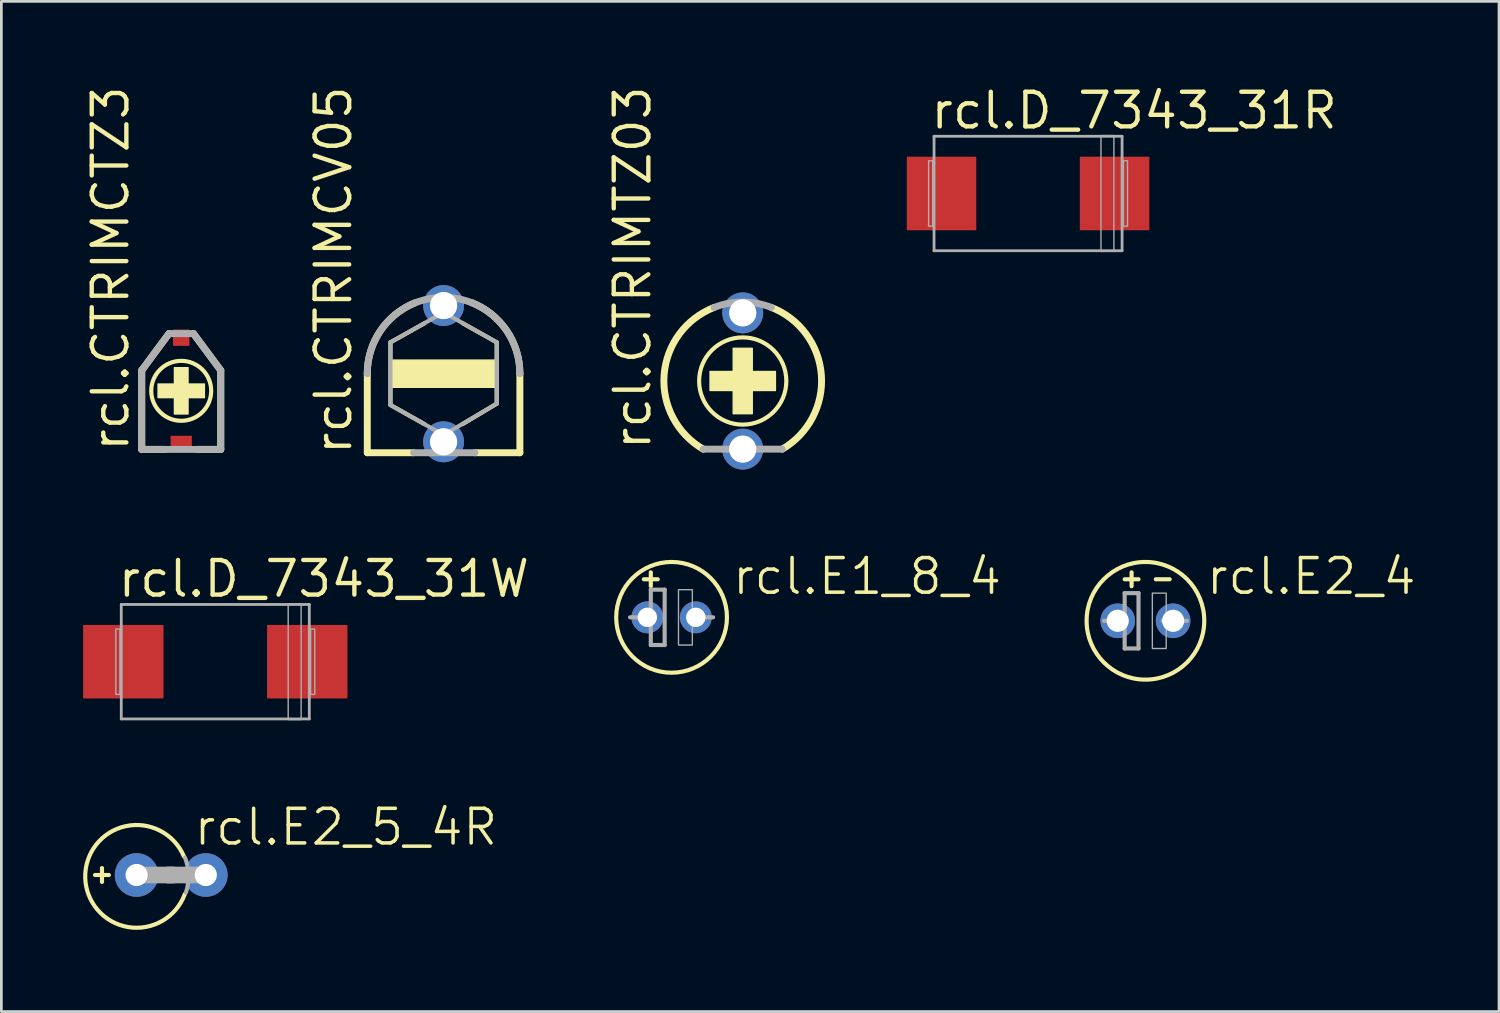
<source format=kicad_pcb>
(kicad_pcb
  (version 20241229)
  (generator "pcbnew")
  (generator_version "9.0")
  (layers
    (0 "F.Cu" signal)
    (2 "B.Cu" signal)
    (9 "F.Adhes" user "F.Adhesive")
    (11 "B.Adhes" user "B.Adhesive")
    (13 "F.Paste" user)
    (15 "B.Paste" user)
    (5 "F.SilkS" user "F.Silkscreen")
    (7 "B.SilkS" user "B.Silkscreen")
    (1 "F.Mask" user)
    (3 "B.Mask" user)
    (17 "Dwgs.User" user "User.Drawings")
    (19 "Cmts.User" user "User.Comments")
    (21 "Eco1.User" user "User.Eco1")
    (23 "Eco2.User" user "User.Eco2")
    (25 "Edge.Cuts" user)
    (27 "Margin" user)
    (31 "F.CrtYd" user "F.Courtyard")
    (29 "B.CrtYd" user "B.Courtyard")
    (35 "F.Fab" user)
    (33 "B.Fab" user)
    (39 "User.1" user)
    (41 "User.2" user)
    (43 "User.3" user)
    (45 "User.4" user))
  (footprint "rcl.D_7343_31W"
    (layer "F.Cu")
    (at 4.85 21.231)
    (property "Reference" "rcl.D_7343_31W" (at -3.65 -2.3 0) (layer "F.SilkS") (effects (font (size 1.27 1.27) (thickness 0.16)) (justify left bottom)))
    (attr smd)
    (fp_line (start -3.45 -2.1) (end 3.45 -2.1) (stroke (width 0.102) (type default)) (layer "F.Fab"))
    (fp_line (start -3.45 2.1) (end -3.45 -2.1) (stroke (width 0.102) (type default)) (layer "F.Fab"))
    (fp_line (start 3.45 -2.1) (end 3.45 2.1) (stroke (width 0.102) (type default)) (layer "F.Fab"))
    (fp_line (start 3.45 2.1) (end -3.45 2.1) (stroke (width 0.102) (type default)) (layer "F.Fab"))
    (fp_rect (start -3.65 1.2) (end -3.5 -1.2) (stroke (width 0.05) (type default)) (fill no) (layer "F.Fab"))
    (fp_rect (start 2.675 2.125) (end 3.15 -2.125) (stroke (width 0.05) (type default)) (fill no) (layer "F.Fab"))
    (fp_rect (start 3.5 1.2) (end 3.65 -1.2) (stroke (width 0.05) (type default)) (fill no) (layer "F.Fab"))
    (pad "+" smd roundrect (at 3.375 0) (size 2.95 2.7) (layers "F.Cu" "F.Mask" "F.Paste") (roundrect_rratio 0.01))
    (pad "-" smd roundrect (at -3.375 0) (size 2.95 2.7) (layers "F.Cu" "F.Mask" "F.Paste") (roundrect_rratio 0.01)))
  (footprint "rcl.E1_8_4"
    (layer "F.Cu")
    (at 21.593 19.603)
    (property "Reference" "rcl.E1_8_4" (at 2.159 -0.762 0) (layer "F.SilkS") (effects (font (size 1.27 1.27) (thickness 0.13)) (justify left bottom)))
    (attr through_hole)
    (fp_line (start -1.016 -1.397) (end -0.508 -1.397) (stroke (width 0.152) (type default)) (layer "F.SilkS"))
    (fp_line (start -0.762 -1.143) (end -0.762 -1.651) (stroke (width 0.152) (type default)) (layer "F.SilkS"))
    (fp_circle (center 0 0) (end 2.032 0) (stroke (width 0.152) (type default)) (fill no) (layer "F.SilkS"))
    (fp_line (start -1.524 0) (end -0.762 0) (stroke (width 0.152) (type default)) (layer "F.Fab"))
    (fp_line (start -0.762 -1.016) (end -0.762 0) (stroke (width 0.152) (type default)) (layer "F.Fab"))
    (fp_line (start -0.762 0) (end -0.762 1.016) (stroke (width 0.152) (type default)) (layer "F.Fab"))
    (fp_line (start -0.762 1.016) (end -0.254 1.016) (stroke (width 0.152) (type default)) (layer "F.Fab"))
    (fp_line (start -0.254 -1.016) (end -0.762 -1.016) (stroke (width 0.152) (type default)) (layer "F.Fab"))
    (fp_line (start -0.254 1.016) (end -0.254 -1.016) (stroke (width 0.152) (type default)) (layer "F.Fab"))
    (fp_line (start 0.635 0) (end 1.524 0) (stroke (width 0.152) (type default)) (layer "F.Fab"))
    (fp_rect (start 0.254 1.016) (end 0.762 -1.016) (stroke (width 0.05) (type default)) (fill no) (layer "F.Fab"))
    (pad "+" thru_hole circle (at -0.889 0) (size 1.168 1.168) (drill 0.711) (layers "*.Cu" "*.Mask"))
    (pad "-" thru_hole circle (at 0.889 0) (size 1.168 1.168) (drill 0.711) (layers "*.Cu" "*.Mask")))
  (footprint "rcl.E2_4"
    (layer "F.Cu")
    (at 38.981 19.73)
    (property "Reference" "rcl.E2_4" (at 2.159 -0.889 0) (layer "F.SilkS") (effects (font (size 1.27 1.27) (thickness 0.13)) (justify left bottom)))
    (attr through_hole)
    (fp_line (start -0.762 -1.524) (end -0.254 -1.524) (stroke (width 0.152) (type default)) (layer "F.SilkS"))
    (fp_line (start -0.508 -1.27) (end -0.508 -1.778) (stroke (width 0.152) (type default)) (layer "F.SilkS"))
    (fp_line (start 0.381 -1.524) (end 0.889 -1.524) (stroke (width 0.152) (type default)) (layer "F.SilkS"))
    (fp_circle (center 0 0) (end 2.159 0) (stroke (width 0.152) (type default)) (fill no) (layer "F.SilkS"))
    (fp_line (start -1.524 0) (end -0.762 0) (stroke (width 0.152) (type default)) (layer "F.Fab"))
    (fp_line (start -0.762 -1.016) (end -0.762 0) (stroke (width 0.152) (type default)) (layer "F.Fab"))
    (fp_line (start -0.762 0) (end -0.762 1.016) (stroke (width 0.152) (type default)) (layer "F.Fab"))
    (fp_line (start -0.762 1.016) (end -0.254 1.016) (stroke (width 0.152) (type default)) (layer "F.Fab"))
    (fp_line (start -0.254 -1.016) (end -0.762 -1.016) (stroke (width 0.152) (type default)) (layer "F.Fab"))
    (fp_line (start -0.254 1.016) (end -0.254 -1.016) (stroke (width 0.152) (type default)) (layer "F.Fab"))
    (fp_line (start 0.635 0) (end 1.524 0) (stroke (width 0.152) (type default)) (layer "F.Fab"))
    (fp_rect (start 0.254 1.016) (end 0.762 -1.016) (stroke (width 0.05) (type default)) (fill no) (layer "F.Fab"))
    (pad "+" thru_hole circle (at -1.016 0) (size 1.27 1.27) (drill 0.813) (layers "*.Cu" "*.Mask"))
    (pad "-" thru_hole circle (at 1.016 0) (size 1.27 1.27) (drill 0.813) (layers "*.Cu" "*.Mask")))
  (footprint "rcl.CTRIMCTZ3"
    (layer "F.Cu")
    (at 3.6 11.291)
    (property "Reference" "rcl.CTRIMCTZ3" (at -1.85 2.3 90) (layer "F.SilkS") (effects (font (size 1.27 1.27) (thickness 0.16)) (justify left bottom)))
    (attr smd)
    (fp_line (start -1.45 -0.75) (end -0.45 -2.1) (stroke (width 0.254) (type default)) (layer "F.SilkS"))
    (fp_line (start -1.45 2.15) (end -1.45 -0.75) (stroke (width 0.254) (type default)) (layer "F.SilkS"))
    (fp_line (start -0.6 2.15) (end -1.45 2.15) (stroke (width 0.254) (type default)) (layer "F.SilkS"))
    (fp_line (start 0.6 2.15) (end 1.45 2.15) (stroke (width 0.254) (type default)) (layer "F.SilkS"))
    (fp_line (start 1.45 -0.75) (end 0.45 -2.1) (stroke (width 0.254) (type default)) (layer "F.SilkS"))
    (fp_line (start 1.45 2.15) (end 1.45 -0.75) (stroke (width 0.254) (type default)) (layer "F.SilkS"))
    (fp_rect (start -0.85 0.25) (end 0.85 -0.25) (stroke (width 0.05) (type default)) (fill yes) (layer "F.SilkS"))
    (fp_rect (start -0.25 0.85) (end 0.25 -0.85) (stroke (width 0.05) (type default)) (fill yes) (layer "F.SilkS"))
    (fp_circle (center 0 0) (end 1.1 0) (stroke (width 0.152) (type default)) (fill no) (layer "F.SilkS"))
    (fp_line (start -1.45 -0.75) (end -0.45 -2.1) (stroke (width 0.254) (type default)) (layer "F.Fab"))
    (fp_line (start -1.45 2.15) (end -1.45 -0.75) (stroke (width 0.254) (type default)) (layer "F.Fab"))
    (fp_line (start -0.45 -2.1) (end 0.45 -2.1) (stroke (width 0.254) (type default)) (layer "F.Fab"))
    (fp_line (start 0.45 -2.1) (end 1.45 -0.75) (stroke (width 0.254) (type default)) (layer "F.Fab"))
    (fp_line (start 1.45 -0.75) (end 1.45 2.15) (stroke (width 0.254) (type default)) (layer "F.Fab"))
    (fp_line (start 1.45 2.15) (end -1.45 2.15) (stroke (width 0.254) (type default)) (layer "F.Fab"))
    (pad "1" smd roundrect (at 0 -1.95) (size 0.6 0.6) (layers "F.Cu" "F.Mask" "F.Paste") (roundrect_rratio 0.01))
    (pad "2" smd roundrect (at 0 1.95) (size 0.78 0.6) (layers "F.Cu" "F.Mask" "F.Paste") (roundrect_rratio 0.01)))
  (footprint "rcl.E2_5_4R"
    (layer "F.Cu")
    (at 3.232 29.058)
    (property "Reference" "rcl.E2_5_4R" (at 0.762 -1.016 0) (layer "F.SilkS") (effects (font (size 1.27 1.27) (thickness 0.13)) (justify left bottom)))
    (attr through_hole)
    (fp_line (start -2.794 0) (end -2.286 0) (stroke (width 0.152) (type default)) (layer "F.SilkS"))
    (fp_line (start -2.54 0.254) (end -2.54 -0.254) (stroke (width 0.152) (type default)) (layer "F.SilkS"))
    (fp_line (start -0.127 0) (end 0.076 0) (stroke (width 0.61) (type default)) (layer "F.SilkS"))
    (fp_arc (start 0.499999 0.7) (mid -3.154828 0.097108) (end 0.465778 -0.685487) (stroke (width 0.1524) (type default)) (layer "F.SilkS"))
    (fp_line (start 1.27 0) (end -1.27 0) (stroke (width 0.61) (type default)) (layer "F.Fab"))
    (fp_arc (start 0.508 -0.635) (mid 0.634982 0.002505) (end 0.5403 0.6456) (stroke (width 0.1524) (type default)) (layer "F.Fab"))
    (pad "+" thru_hole circle (at -1.27 0) (size 1.6 1.6) (drill 0.813) (layers "*.Cu" "*.Mask"))
    (pad "-" thru_hole circle (at 1.27 0) (size 1.6 1.6) (drill 0.813) (layers "*.Cu" "*.Mask")))
  (footprint "rcl.CTRIMCV05"
    (layer "F.Cu")
    (at 13.227 10.662)
    (property "Reference" "rcl.CTRIMCV05" (at -3.3 3.05 90) (layer "F.SilkS") (effects (font (size 1.27 1.27) (thickness 0.16)) (justify left bottom)))
    (attr through_hole)
    (fp_line (start -2.8 0) (end -2.8 2.9) (stroke (width 0.254) (type default)) (layer "F.SilkS"))
    (fp_line (start -2.8 2.9) (end -1.1 2.9) (stroke (width 0.254) (type default)) (layer "F.SilkS"))
    (fp_line (start -1.95 -1.15) (end -0.7 -1.85) (stroke (width 0.152) (type default)) (layer "F.SilkS"))
    (fp_line (start -1.95 1.15) (end -1.95 -1.15) (stroke (width 0.152) (type default)) (layer "F.SilkS"))
    (fp_line (start -1.95 1.15) (end -0.7 1.85) (stroke (width 0.152) (type default)) (layer "F.SilkS"))
    (fp_line (start 0.7 -1.85) (end 1.95 -1.15) (stroke (width 0.152) (type default)) (layer "F.SilkS"))
    (fp_line (start 0.7 1.85) (end 1.95 1.1) (stroke (width 0.152) (type default)) (layer "F.SilkS"))
    (fp_line (start 1.15 2.9) (end 2.8 2.9) (stroke (width 0.254) (type default)) (layer "F.SilkS"))
    (fp_line (start 1.95 -1.15) (end 1.95 1.1) (stroke (width 0.152) (type default)) (layer "F.SilkS"))
    (fp_line (start 2.8 2.9) (end 2.8 0) (stroke (width 0.254) (type default)) (layer "F.SilkS"))
    (fp_rect (start -1.9 0.5) (end 1.95 -0.5) (stroke (width 0.05) (type default)) (fill yes) (layer "F.SilkS"))
    (fp_arc (start -2.8 0) (mid -2.322848 -1.567783) (end -1.05 -2.6) (stroke (width 0.254) (type default)) (layer "F.SilkS"))
    (fp_arc (start 1.05 -2.6) (mid 2.322848 -1.567783) (end 2.8 0) (stroke (width 0.254) (type default)) (layer "F.SilkS"))
    (fp_line (start -1.95 -1.15) (end 0 -2.25) (stroke (width 0.152) (type default)) (layer "F.Fab"))
    (fp_line (start -1.95 1.15) (end -1.95 -1.15) (stroke (width 0.152) (type default)) (layer "F.Fab"))
    (fp_line (start -1.1 2.9) (end 1.15 2.9) (stroke (width 0.254) (type default)) (layer "F.Fab"))
    (fp_line (start 0 -2.25) (end 1.95 -1.15) (stroke (width 0.152) (type default)) (layer "F.Fab"))
    (fp_line (start 0 2.25) (end -1.95 1.15) (stroke (width 0.152) (type default)) (layer "F.Fab"))
    (fp_line (start 1.95 -1.15) (end 1.95 1.1) (stroke (width 0.152) (type default)) (layer "F.Fab"))
    (fp_line (start 1.95 1.1) (end 0 2.25) (stroke (width 0.152) (type default)) (layer "F.Fab"))
    (fp_arc (start -2.8 0) (mid 0 -2.8) (end 2.8 0) (stroke (width 0.254) (type default)) (layer "F.Fab"))
    (pad "1" thru_hole circle (at 0 -2.5) (size 1.5 1.5) (drill 1) (layers "*.Cu" "*.Mask"))
    (pad "2" thru_hole circle (at 0 2.5) (size 1.5 1.5) (drill 1) (layers "*.Cu" "*.Mask")))
  (footprint "rcl.D_7343_31R"
    (layer "F.Cu")
    (at 34.674 4.05)
    (property "Reference" "rcl.D_7343_31R" (at -3.65 -2.3 0) (layer "F.SilkS") (effects (font (size 1.27 1.27) (thickness 0.16)) (justify left bottom)))
    (attr smd)
    (fp_line (start -3.45 -2.1) (end 3.45 -2.1) (stroke (width 0.102) (type default)) (layer "F.Fab"))
    (fp_line (start -3.45 2.1) (end -3.45 -2.1) (stroke (width 0.102) (type default)) (layer "F.Fab"))
    (fp_line (start 3.45 -2.1) (end 3.45 2.1) (stroke (width 0.102) (type default)) (layer "F.Fab"))
    (fp_line (start 3.45 2.1) (end -3.45 2.1) (stroke (width 0.102) (type default)) (layer "F.Fab"))
    (fp_rect (start -3.65 1.2) (end -3.5 -1.2) (stroke (width 0.05) (type default)) (fill no) (layer "F.Fab"))
    (fp_rect (start 2.675 2.125) (end 3.15 -2.125) (stroke (width 0.05) (type default)) (fill no) (layer "F.Fab"))
    (fp_rect (start 3.5 1.2) (end 3.65 -1.2) (stroke (width 0.05) (type default)) (fill no) (layer "F.Fab"))
    (pad "+" smd roundrect (at 3.175 0) (size 2.55 2.7) (layers "F.Cu" "F.Mask" "F.Paste") (roundrect_rratio 0.01))
    (pad "-" smd roundrect (at -3.175 0) (size 2.55 2.7) (layers "F.Cu" "F.Mask" "F.Paste") (roundrect_rratio 0.01)))
  (footprint "rcl.CTRIMTZ03"
    (layer "F.Cu")
    (at 24.204 10.931)
    (property "Reference" "rcl.CTRIMTZ03" (at -3.3 2.6 90) (layer "F.SilkS") (effects (font (size 1.27 1.27) (thickness 0.16)) (justify left bottom)))
    (attr through_hole)
    (fp_rect (start -1.2 0.35) (end 1.2 -0.35) (stroke (width 0.05) (type default)) (fill yes) (layer "F.SilkS"))
    (fp_rect (start -0.35 1.2) (end 0.35 -1.2) (stroke (width 0.05) (type default)) (fill yes) (layer "F.SilkS"))
    (fp_arc (start -1.45 2.5) (mid -2.884874 -0.22576) (end -1.05 -2.7) (stroke (width 0.254) (type default)) (layer "F.SilkS"))
    (fp_arc (start 1.05 -2.7) (mid 2.884874 -0.22576) (end 1.45 2.5) (stroke (width 0.254) (type default)) (layer "F.SilkS"))
    (fp_circle (center 0 0) (end 1.6 0) (stroke (width 0.152) (type default)) (fill no) (layer "F.SilkS"))
    (fp_line (start 1.45 2.5) (end -1.45 2.5) (stroke (width 0.254) (type default)) (layer "F.Fab"))
    (fp_arc (start -1.05 -2.7) (mid 0 -2.896981) (end 1.05 -2.7) (stroke (width 0.254) (type default)) (layer "F.Fab"))
    (pad "1" thru_hole circle (at 0 -2.5) (size 1.5 1.5) (drill 1) (layers "*.Cu" "*.Mask"))
    (pad "2" thru_hole circle (at 0 2.5) (size 1.5 1.5) (drill 1) (layers "*.Cu" "*.Mask")))
  (gr_rect
    (start -3 -3)
    (end 51.956 34.07)
    (stroke (width 0.1) (type default))
    (fill no)
    (layer "Edge.Cuts")))
</source>
